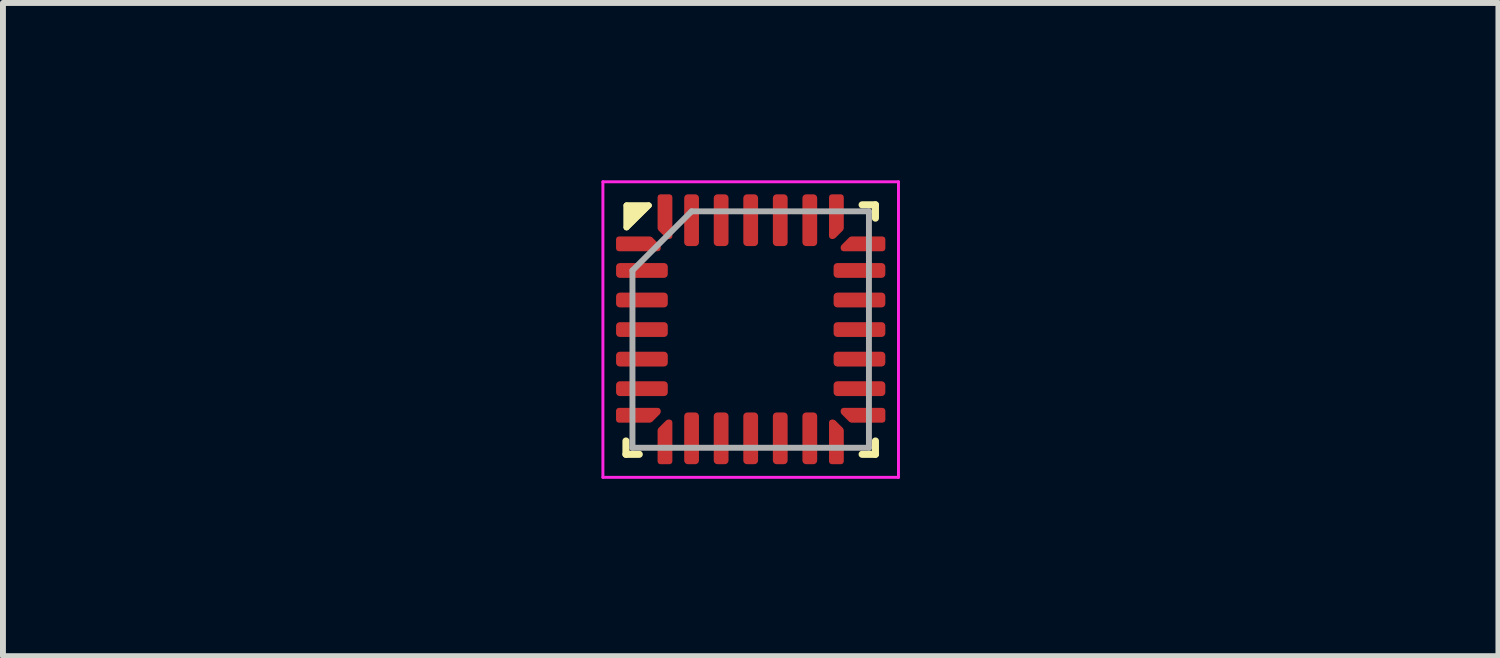
<source format=kicad_pcb>
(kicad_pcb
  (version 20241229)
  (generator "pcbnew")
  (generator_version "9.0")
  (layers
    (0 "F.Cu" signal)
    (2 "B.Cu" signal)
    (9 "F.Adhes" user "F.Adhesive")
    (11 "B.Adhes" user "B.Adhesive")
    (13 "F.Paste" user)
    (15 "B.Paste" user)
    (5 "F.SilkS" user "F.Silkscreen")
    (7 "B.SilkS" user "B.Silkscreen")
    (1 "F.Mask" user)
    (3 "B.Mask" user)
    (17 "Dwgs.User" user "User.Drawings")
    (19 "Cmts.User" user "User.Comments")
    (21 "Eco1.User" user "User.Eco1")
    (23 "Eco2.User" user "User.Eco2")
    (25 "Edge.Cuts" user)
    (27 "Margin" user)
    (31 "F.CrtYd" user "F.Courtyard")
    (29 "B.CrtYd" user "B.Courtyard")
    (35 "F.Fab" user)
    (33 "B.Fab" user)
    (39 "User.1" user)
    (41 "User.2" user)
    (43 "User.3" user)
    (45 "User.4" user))
  (footprint "QFN-28_4x4mm_P0.5mm"
    (layer "F.Cu")
    (at 9.649 2.525)
    (property "Reference" "QFN-28_4x4mm_P0.5mm" (at 0 -3.33 0) (layer "User.8") (effects (font (size 1 1) (thickness 0.15))))
    (attr smd)
    (fp_line (start -2.11 2.11) (end -2.11 1.885) (stroke (width 0.12) (type solid)) (layer "F.SilkS"))
    (fp_line (start -2.1 -2.1) (end -2.1 -1.729) (stroke (width 0.1) (type default)) (layer "F.SilkS"))
    (fp_line (start -2.1 -2.1) (end -1.725 -2.1) (stroke (width 0.1) (type default)) (layer "F.SilkS"))
    (fp_line (start -2.1 -1.729) (end -1.725 -2.1) (stroke (width 0.1) (type default)) (layer "F.SilkS"))
    (fp_line (start -1.885 2.11) (end -2.11 2.11) (stroke (width 0.12) (type solid)) (layer "F.SilkS"))
    (fp_line (start 1.885 -2.11) (end 2.11 -2.11) (stroke (width 0.12) (type solid)) (layer "F.SilkS"))
    (fp_line (start 1.885 2.11) (end 2.11 2.11) (stroke (width 0.12) (type solid)) (layer "F.SilkS"))
    (fp_line (start 2.11 -2.11) (end 2.11 -1.885) (stroke (width 0.12) (type solid)) (layer "F.SilkS"))
    (fp_line (start 2.11 2.11) (end 2.11 1.885) (stroke (width 0.12) (type solid)) (layer "F.SilkS"))
    (fp_poly (pts (xy -2.1 -2.1) (xy -1.725 -2.1) (xy -2.1 -1.729)) (stroke (width 0.1) (type solid)) (fill yes) (layer "F.SilkS"))
    (fp_line (start -2.5 -2.5) (end 2.5 -2.5) (stroke (width 0.05) (type default)) (layer "F.CrtYd"))
    (fp_line (start -2.5 2.5) (end -2.5 -2.5) (stroke (width 0.05) (type default)) (layer "F.CrtYd"))
    (fp_line (start 2.5 -2.5) (end 2.5 2.5) (stroke (width 0.05) (type default)) (layer "F.CrtYd"))
    (fp_line (start 2.5 2.5) (end -2.5 2.5) (stroke (width 0.05) (type default)) (layer "F.CrtYd"))
    (fp_line (start -2 -1) (end -1 -2) (stroke (width 0.1) (type solid)) (layer "F.Fab"))
    (fp_line (start -2 2) (end -2 -1) (stroke (width 0.1) (type solid)) (layer "F.Fab"))
    (fp_line (start -1 -2) (end 2 -2) (stroke (width 0.1) (type solid)) (layer "F.Fab"))
    (fp_line (start 2 -2) (end 2 2) (stroke (width 0.1) (type solid)) (layer "F.Fab"))
    (fp_line (start 2 2) (end -2 2) (stroke (width 0.1) (type solid)) (layer "F.Fab"))
    (fp_text user "${REFERENCE}" (at 0 0 0) (layer "User.9") (effects (font (size 1 1) (thickness 0.15))))
    (pad "1" smd custom (at -1.9 -1.45) (size 0.137 0.137) (layers "F.Cu" "F.Mask" "F.Paste") (options (anchor circle)) (primitives (gr_poly (pts (xy -0.333 -0.08) (xy 0.199 -0.08) (xy 0.333 0.054) (xy 0.333 0.08) (xy -0.333 0.08)) (width 0.09) (fill yes))))
    (pad "2" smd roundrect (at -1.84 -1) (size 0.875 0.25) (layers "F.Cu" "F.Mask" "F.Paste") (roundrect_rratio 0.25))
    (pad "3" smd roundrect (at -1.84 -0.5) (size 0.875 0.25) (layers "F.Cu" "F.Mask" "F.Paste") (roundrect_rratio 0.25))
    (pad "4" smd roundrect (at -1.84 0) (size 0.875 0.25) (layers "F.Cu" "F.Mask" "F.Paste") (roundrect_rratio 0.25))
    (pad "5" smd roundrect (at -1.84 0.5) (size 0.875 0.25) (layers "F.Cu" "F.Mask" "F.Paste") (roundrect_rratio 0.25))
    (pad "6" smd roundrect (at -1.84 1) (size 0.875 0.25) (layers "F.Cu" "F.Mask" "F.Paste") (roundrect_rratio 0.25))
    (pad "7" smd custom (at -1.9 1.45) (size 0.137 0.137) (layers "F.Cu" "F.Mask" "F.Paste") (options (anchor circle)) (primitives (gr_poly (pts (xy -0.333 -0.08) (xy 0.333 -0.08) (xy 0.333 -0.054) (xy 0.199 0.08) (xy -0.333 0.08)) (width 0.09) (fill yes))))
    (pad "8" smd custom (at -1.45 1.9) (size 0.137 0.137) (layers "F.Cu" "F.Mask" "F.Paste") (options (anchor circle)) (primitives (gr_poly (pts (xy -0.08 -0.199) (xy 0.054 -0.333) (xy 0.08 -0.333) (xy 0.08 0.333) (xy -0.08 0.333)) (width 0.09) (fill yes))))
    (pad "9" smd roundrect (at -1 1.84) (size 0.25 0.875) (layers "F.Cu" "F.Mask" "F.Paste") (roundrect_rratio 0.25))
    (pad "10" smd roundrect (at -0.5 1.84) (size 0.25 0.875) (layers "F.Cu" "F.Mask" "F.Paste") (roundrect_rratio 0.25))
    (pad "11" smd roundrect (at 0 1.84) (size 0.25 0.875) (layers "F.Cu" "F.Mask" "F.Paste") (roundrect_rratio 0.25))
    (pad "12" smd roundrect (at 0.5 1.84) (size 0.25 0.875) (layers "F.Cu" "F.Mask" "F.Paste") (roundrect_rratio 0.25))
    (pad "13" smd roundrect (at 1 1.84) (size 0.25 0.875) (layers "F.Cu" "F.Mask" "F.Paste") (roundrect_rratio 0.25))
    (pad "14" smd custom (at 1.45 1.9) (size 0.137 0.137) (layers "F.Cu" "F.Mask" "F.Paste") (options (anchor circle)) (primitives (gr_poly (pts (xy -0.08 -0.333) (xy -0.054 -0.333) (xy 0.08 -0.199) (xy 0.08 0.333) (xy -0.08 0.333)) (width 0.09) (fill yes))))
    (pad "15" smd custom (at 1.9 1.45) (size 0.137 0.137) (layers "F.Cu" "F.Mask" "F.Paste") (options (anchor circle)) (primitives (gr_poly (pts (xy -0.333 -0.08) (xy 0.333 -0.08) (xy 0.333 0.08) (xy -0.199 0.08) (xy -0.333 -0.054)) (width 0.09) (fill yes))))
    (pad "16" smd roundrect (at 1.84 1) (size 0.875 0.25) (layers "F.Cu" "F.Mask" "F.Paste") (roundrect_rratio 0.25))
    (pad "17" smd roundrect (at 1.84 0.5) (size 0.875 0.25) (layers "F.Cu" "F.Mask" "F.Paste") (roundrect_rratio 0.25))
    (pad "18" smd roundrect (at 1.84 0) (size 0.875 0.25) (layers "F.Cu" "F.Mask" "F.Paste") (roundrect_rratio 0.25))
    (pad "19" smd roundrect (at 1.84 -0.5) (size 0.875 0.25) (layers "F.Cu" "F.Mask" "F.Paste") (roundrect_rratio 0.25))
    (pad "20" smd roundrect (at 1.84 -1) (size 0.875 0.25) (layers "F.Cu" "F.Mask" "F.Paste") (roundrect_rratio 0.25))
    (pad "21" smd custom (at 1.9 -1.45) (size 0.137 0.137) (layers "F.Cu" "F.Mask" "F.Paste") (options (anchor circle)) (primitives (gr_poly (pts (xy -0.333 0.054) (xy -0.199 -0.08) (xy 0.333 -0.08) (xy 0.333 0.08) (xy -0.333 0.08)) (width 0.09) (fill yes))))
    (pad "22" smd custom (at 1.45 -1.91) (size 0.137 0.137) (layers "F.Cu" "F.Mask" "F.Paste") (options (anchor circle)) (primitives (gr_poly (pts (xy -0.08 -0.333) (xy 0.08 -0.333) (xy 0.08 0.199) (xy -0.054 0.333) (xy -0.08 0.333)) (width 0.09) (fill yes))))
    (pad "23" smd roundrect (at 1 -1.85) (size 0.25 0.875) (layers "F.Cu" "F.Mask" "F.Paste") (roundrect_rratio 0.25))
    (pad "24" smd roundrect (at 0.5 -1.85) (size 0.25 0.875) (layers "F.Cu" "F.Mask" "F.Paste") (roundrect_rratio 0.25))
    (pad "25" smd roundrect (at 0 -1.85) (size 0.25 0.875) (layers "F.Cu" "F.Mask" "F.Paste") (roundrect_rratio 0.25))
    (pad "26" smd roundrect (at -0.5 -1.85) (size 0.25 0.875) (layers "F.Cu" "F.Mask" "F.Paste") (roundrect_rratio 0.25))
    (pad "27" smd roundrect (at -1 -1.85) (size 0.25 0.875) (layers "F.Cu" "F.Mask" "F.Paste") (roundrect_rratio 0.25))
    (pad "28" smd custom (at -1.45 -1.91) (size 0.137 0.137) (layers "F.Cu" "F.Mask" "F.Paste") (options (anchor circle)) (primitives (gr_poly (pts (xy -0.08 -0.333) (xy 0.08 -0.333) (xy 0.08 0.333) (xy 0.054 0.333) (xy -0.08 0.199)) (width 0.09) (fill yes)))))
  (gr_rect
    (start -3 -3)
    (end 22.298 8.05)
    (stroke (width 0.1) (type default))
    (fill no)
    (layer "Edge.Cuts")))
</source>
